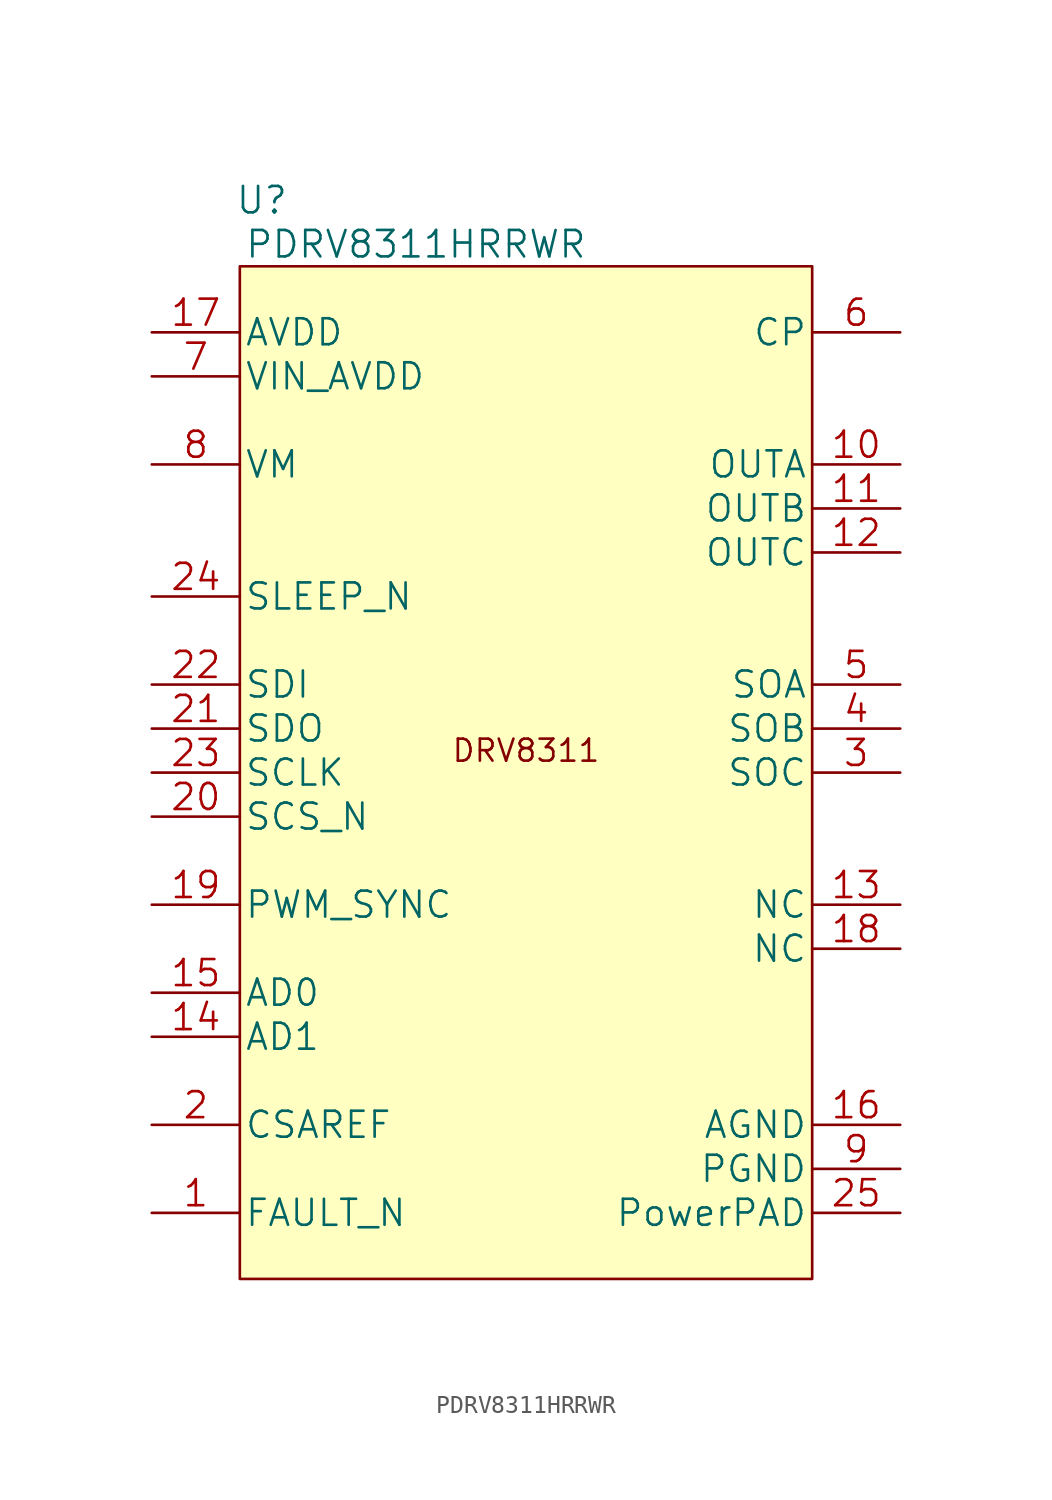
<source format=kicad_sym>
(kicad_symbol_lib
  (version 20220914)
  (generator kicad_symbol_editor)
  (symbol "PDRV8311HRRWR"
    (pin_names
      (offset 0.254))
    (property "Reference" "U"
      (at -15.24 31.75 0)
      (effects (font (size 1.524 1.524))))
    (property "Value" "PDRV8311HRRWR"
      (at -6.35 29.21 0)
      (effects (font (size 1.524 1.524))))
    (symbol "PDRV8311HRRWR_0_1"
      (text "DRV8311" (at 0 0 0) (effects (font (size 1.27 1.27)))))
    (symbol "PDRV8311HRRWR_1_1"
      (rectangle (start -16.51 27.94) (end 16.51 -30.48) (stroke (width 0) (type default)) (fill (type background)))
      (pin open_collector line (at -21.59 -26.67 0) (length 5.08) (name "FAULT_N" (effects (font (size 1.499 1.499)))) (number "1" (effects (font (size 1.499 1.499)))))
      (pin unspecified line (at 21.59 16.51 180) (length 5.08) (name "OUTA" (effects (font (size 1.499 1.499)))) (number "10" (effects (font (size 1.499 1.499)))))
      (pin unspecified line (at 21.59 13.97 180) (length 5.08) (name "OUTB" (effects (font (size 1.499 1.499)))) (number "11" (effects (font (size 1.499 1.499)))))
      (pin unspecified line (at 21.59 11.43 180) (length 5.08) (name "OUTC" (effects (font (size 1.499 1.499)))) (number "12" (effects (font (size 1.499 1.499)))))
      (pin unspecified line (at 21.59 -8.89 180) (length 5.08) (name "NC" (effects (font (size 1.499 1.499)))) (number "13" (effects (font (size 1.499 1.499)))))
      (pin input line (at -21.59 -16.51 0) (length 5.08) (name "AD1" (effects (font (size 1.499 1.499)))) (number "14" (effects (font (size 1.499 1.499)))))
      (pin input line (at -21.59 -13.97 0) (length 5.08) (name "AD0" (effects (font (size 1.499 1.499)))) (number "15" (effects (font (size 1.499 1.499)))))
      (pin power_in line (at 21.59 -21.59 180) (length 5.08) (name "AGND" (effects (font (size 1.499 1.499)))) (number "16" (effects (font (size 1.499 1.499)))))
      (pin power_in line (at -21.59 24.13 0) (length 5.08) (name "AVDD" (effects (font (size 1.499 1.499)))) (number "17" (effects (font (size 1.499 1.499)))))
      (pin unspecified line (at 21.59 -11.43 180) (length 5.08) (name "NC" (effects (font (size 1.499 1.499)))) (number "18" (effects (font (size 1.499 1.499)))))
      (pin input line (at -21.59 -8.89 0) (length 5.08) (name "PWM_SYNC" (effects (font (size 1.499 1.499)))) (number "19" (effects (font (size 1.499 1.499)))))
      (pin power_in line (at -21.59 -21.59 0) (length 5.08) (name "CSAREF" (effects (font (size 1.499 1.499)))) (number "2" (effects (font (size 1.499 1.499)))))
      (pin input line (at -21.59 -3.81 0) (length 5.08) (name "SCS_N" (effects (font (size 1.499 1.499)))) (number "20" (effects (font (size 1.499 1.499)))))
      (pin output line (at -21.59 1.27 0) (length 5.08) (name "SDO" (effects (font (size 1.499 1.499)))) (number "21" (effects (font (size 1.499 1.499)))))
      (pin input line (at -21.59 3.81 0) (length 5.08) (name "SDI" (effects (font (size 1.499 1.499)))) (number "22" (effects (font (size 1.499 1.499)))))
      (pin input line (at -21.59 -1.27 0) (length 5.08) (name "SCLK" (effects (font (size 1.499 1.499)))) (number "23" (effects (font (size 1.499 1.499)))))
      (pin input line (at -21.59 8.89 0) (length 5.08) (name "SLEEP_N" (effects (font (size 1.499 1.499)))) (number "24" (effects (font (size 1.499 1.499)))))
      (pin power_in line (at 21.59 -26.67 180) (length 5.08) (name "PowerPAD" (effects (font (size 1.499 1.499)))) (number "25" (effects (font (size 1.499 1.499)))))
      (pin unspecified line (at 21.59 -1.27 180) (length 5.08) (name "SOC" (effects (font (size 1.499 1.499)))) (number "3" (effects (font (size 1.499 1.499)))))
      (pin unspecified line (at 21.59 1.27 180) (length 5.08) (name "SOB" (effects (font (size 1.499 1.499)))) (number "4" (effects (font (size 1.499 1.499)))))
      (pin unspecified line (at 21.59 3.81 180) (length 5.08) (name "SOA" (effects (font (size 1.499 1.499)))) (number "5" (effects (font (size 1.499 1.499)))))
      (pin power_in line (at 21.59 24.13 180) (length 5.08) (name "CP" (effects (font (size 1.499 1.499)))) (number "6" (effects (font (size 1.499 1.499)))))
      (pin power_in line (at -21.59 21.59 0) (length 5.08) (name "VIN_AVDD" (effects (font (size 1.499 1.499)))) (number "7" (effects (font (size 1.499 1.499)))))
      (pin power_in line (at -21.59 16.51 0) (length 5.08) (name "VM" (effects (font (size 1.499 1.499)))) (number "8" (effects (font (size 1.499 1.499)))))
      (pin power_in line (at 21.59 -24.13 180) (length 5.08) (name "PGND" (effects (font (size 1.499 1.499)))) (number "9" (effects (font (size 1.499 1.499))))))))
</source>
